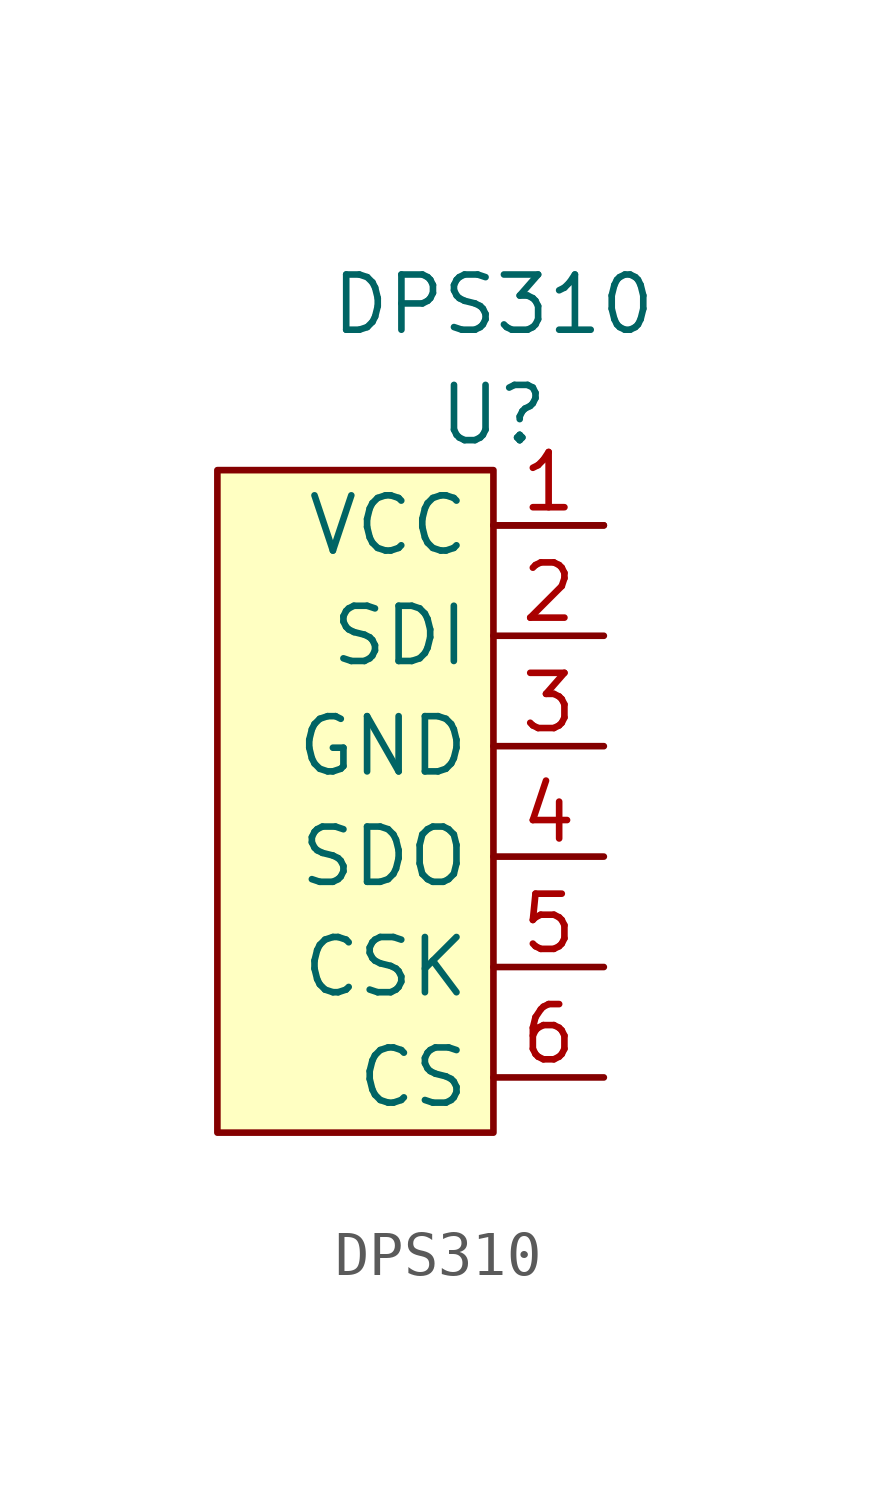
<source format=kicad_sym>
(kicad_symbol_lib
  (version 20211014)
  (generator kicad_symbol_editor)
  (symbol "DPS310"
    (property "Reference" "U"
      (at -8.89 7.62 0)
      (effects (font (size 1.27 1.27))))
    (property "Value" "DPS310"
      (at -8.89 10.16 0)
      (effects (font (size 1.27 1.27))))
    (symbol "DPS310_0_1"
      (rectangle (start -15.24 6.35) (end -8.89 -8.89) (stroke (width 0) (type default) (color 0 0 0 0)) (fill (type background))))
    (symbol "DPS310_1_1"
      (pin bidirectional line (at -6.35 5.08 180) (length 2.54) (name "" (effects (font (size 1.27 1.27)))) (number "" (effects (font (size 1.27 1.27)))))
      (pin bidirectional line (at -6.35 5.08 180) (length 2.54) (name "VCC" (effects (font (size 1.27 1.27)))) (number "1" (effects (font (size 1.27 1.27)))))
      (pin bidirectional line (at -6.35 2.54 180) (length 2.54) (name "SDI" (effects (font (size 1.27 1.27)))) (number "2" (effects (font (size 1.27 1.27)))))
      (pin bidirectional line (at -6.35 0 180) (length 2.54) (name "GND" (effects (font (size 1.27 1.27)))) (number "3" (effects (font (size 1.27 1.27)))))
      (pin bidirectional line (at -6.35 -2.54 180) (length 2.54) (name "SDO" (effects (font (size 1.27 1.27)))) (number "4" (effects (font (size 1.27 1.27)))))
      (pin bidirectional line (at -6.35 -5.08 180) (length 2.54) (name "CSK" (effects (font (size 1.27 1.27)))) (number "5" (effects (font (size 1.27 1.27)))))
      (pin bidirectional line (at -6.35 -7.62 180) (length 2.54) (name "CS" (effects (font (size 1.27 1.27)))) (number "6" (effects (font (size 1.27 1.27))))))))
</source>
